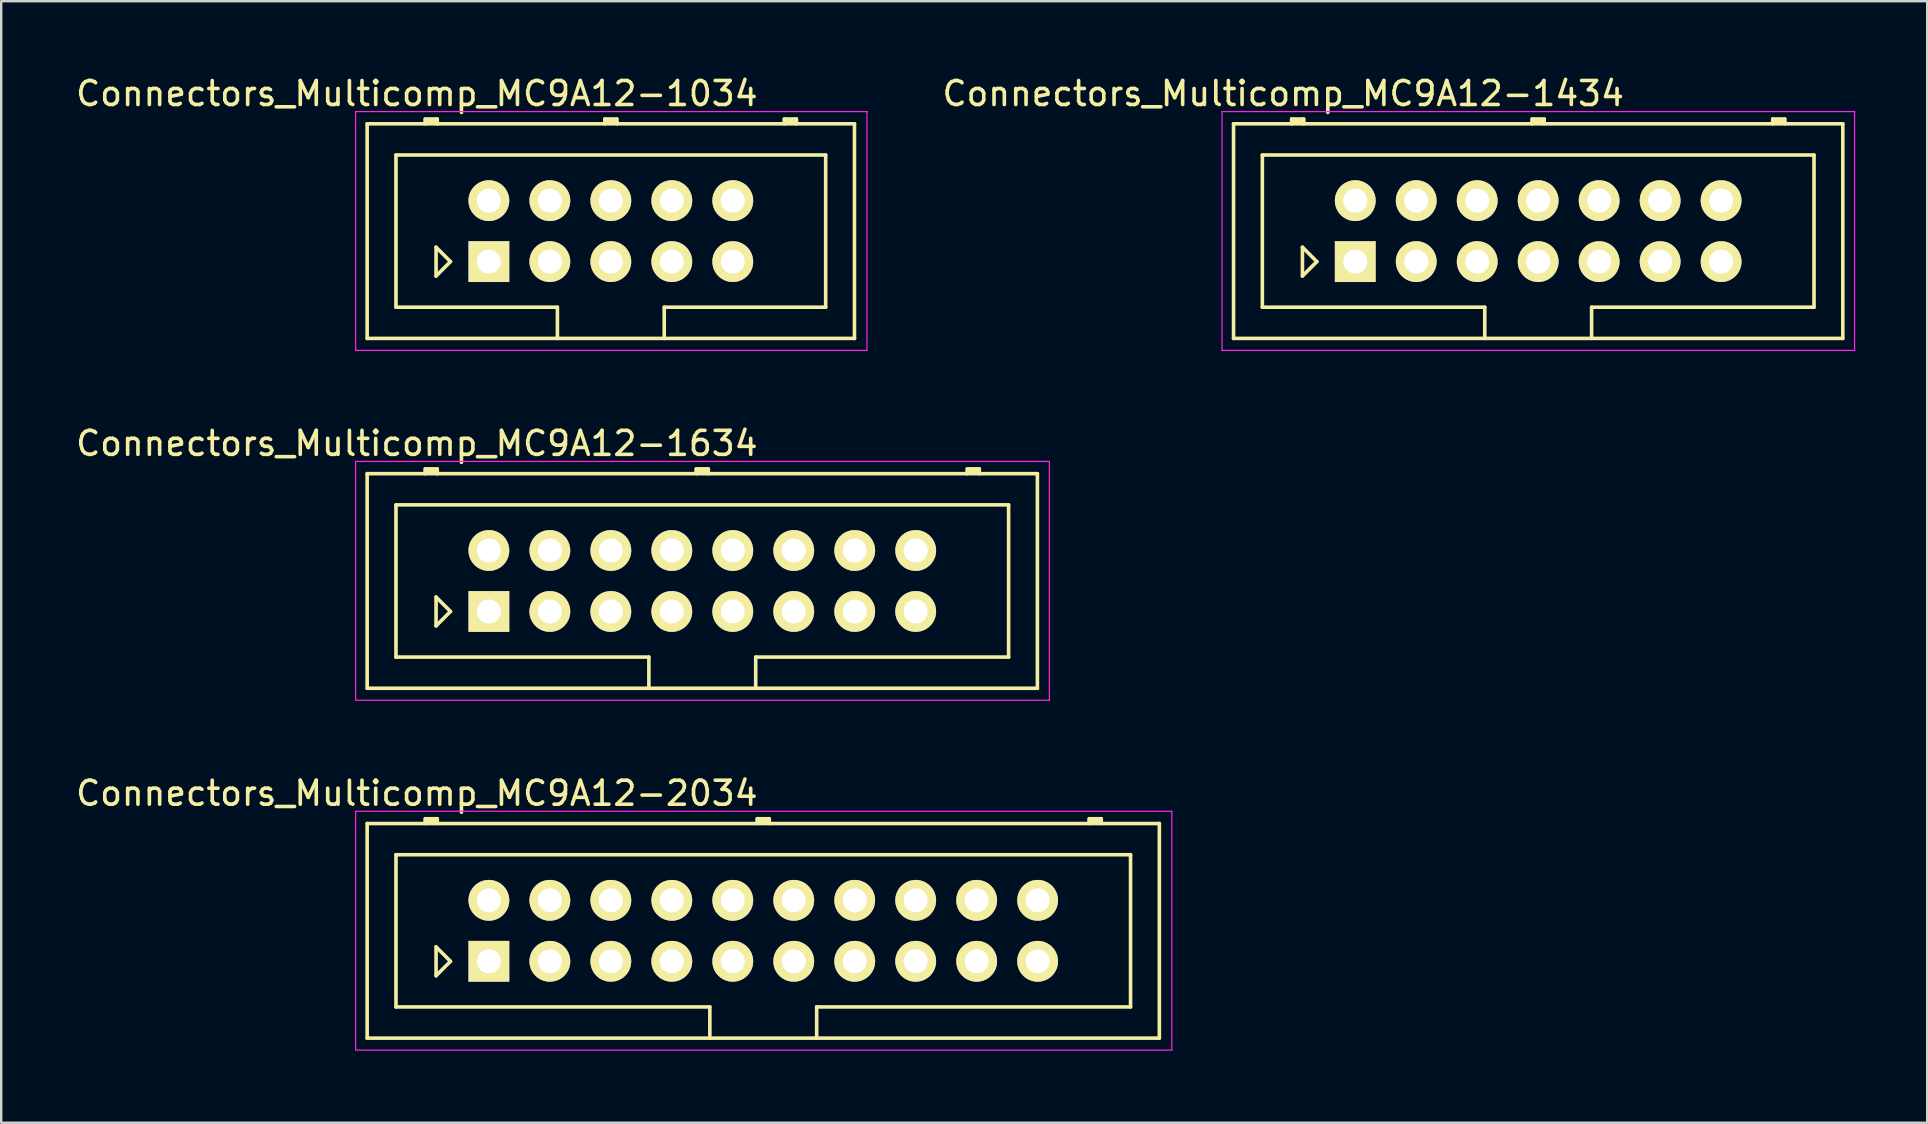
<source format=kicad_pcb>
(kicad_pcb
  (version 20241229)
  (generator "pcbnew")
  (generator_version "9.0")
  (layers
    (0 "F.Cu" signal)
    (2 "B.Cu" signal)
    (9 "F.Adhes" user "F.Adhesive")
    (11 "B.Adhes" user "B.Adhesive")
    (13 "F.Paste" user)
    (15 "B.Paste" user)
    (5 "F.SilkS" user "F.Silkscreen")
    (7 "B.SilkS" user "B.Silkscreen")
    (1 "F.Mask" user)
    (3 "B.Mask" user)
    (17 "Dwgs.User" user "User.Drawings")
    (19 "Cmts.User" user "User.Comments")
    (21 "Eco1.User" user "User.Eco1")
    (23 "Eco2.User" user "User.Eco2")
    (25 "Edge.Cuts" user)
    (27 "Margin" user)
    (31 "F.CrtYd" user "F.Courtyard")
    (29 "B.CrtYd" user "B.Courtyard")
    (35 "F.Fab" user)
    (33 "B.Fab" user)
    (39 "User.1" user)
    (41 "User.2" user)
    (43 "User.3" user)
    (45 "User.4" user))
  (footprint "Connectors_Multicomp_MC9A12-1434"
    (layer "F.Cu")
    (at 53.406 7.848)
    (property "Reference" "Connectors_Multicomp_MC9A12-1434" (at -3 -7 0) (layer "F.SilkS") (effects (font (size 1 1) (thickness 0.15))))
    (attr through_hole)
    (fp_line (start -5.07 -5.74) (end 20.31 -5.74) (stroke (width 0.15) (type solid)) (layer "F.SilkS"))
    (fp_line (start -5.07 3.2) (end -5.07 -5.74) (stroke (width 0.15) (type solid)) (layer "F.SilkS"))
    (fp_line (start -3.87 -4.44) (end 19.11 -4.44) (stroke (width 0.15) (type solid)) (layer "F.SilkS"))
    (fp_line (start -3.87 1.9) (end -3.87 -4.44) (stroke (width 0.15) (type solid)) (layer "F.SilkS"))
    (fp_line (start -2.65 -5.94) (end -2.15 -5.94) (stroke (width 0.15) (type solid)) (layer "F.SilkS"))
    (fp_line (start -2.65 -5.84) (end -2.15 -5.84) (stroke (width 0.15) (type solid)) (layer "F.SilkS"))
    (fp_line (start -2.65 -5.74) (end -2.65 -5.94) (stroke (width 0.15) (type solid)) (layer "F.SilkS"))
    (fp_line (start -2.2 -0.6) (end -1.6 0) (stroke (width 0.15) (type solid)) (layer "F.SilkS"))
    (fp_line (start -2.2 0.6) (end -2.2 -0.6) (stroke (width 0.15) (type solid)) (layer "F.SilkS"))
    (fp_line (start -2.15 -5.94) (end -2.15 -5.74) (stroke (width 0.15) (type solid)) (layer "F.SilkS"))
    (fp_line (start -1.6 0) (end -2.2 0.6) (stroke (width 0.15) (type solid)) (layer "F.SilkS"))
    (fp_line (start 5.395 1.9) (end -3.87 1.9) (stroke (width 0.15) (type solid)) (layer "F.SilkS"))
    (fp_line (start 5.395 3.2) (end 5.395 1.9) (stroke (width 0.15) (type solid)) (layer "F.SilkS"))
    (fp_line (start 7.37 -5.94) (end 7.87 -5.94) (stroke (width 0.15) (type solid)) (layer "F.SilkS"))
    (fp_line (start 7.37 -5.84) (end 7.87 -5.84) (stroke (width 0.15) (type solid)) (layer "F.SilkS"))
    (fp_line (start 7.37 -5.74) (end 7.37 -5.94) (stroke (width 0.15) (type solid)) (layer "F.SilkS"))
    (fp_line (start 7.87 -5.94) (end 7.87 -5.74) (stroke (width 0.15) (type solid)) (layer "F.SilkS"))
    (fp_line (start 9.845 1.9) (end 9.845 3.2) (stroke (width 0.15) (type solid)) (layer "F.SilkS"))
    (fp_line (start 17.39 -5.94) (end 17.89 -5.94) (stroke (width 0.15) (type solid)) (layer "F.SilkS"))
    (fp_line (start 17.39 -5.84) (end 17.89 -5.84) (stroke (width 0.15) (type solid)) (layer "F.SilkS"))
    (fp_line (start 17.39 -5.74) (end 17.39 -5.94) (stroke (width 0.15) (type solid)) (layer "F.SilkS"))
    (fp_line (start 17.89 -5.94) (end 17.89 -5.74) (stroke (width 0.15) (type solid)) (layer "F.SilkS"))
    (fp_line (start 19.11 -4.44) (end 19.11 1.9) (stroke (width 0.15) (type solid)) (layer "F.SilkS"))
    (fp_line (start 19.11 1.9) (end 9.845 1.9) (stroke (width 0.15) (type solid)) (layer "F.SilkS"))
    (fp_line (start 20.31 -5.74) (end 20.31 3.2) (stroke (width 0.15) (type solid)) (layer "F.SilkS"))
    (fp_line (start 20.31 3.2) (end -5.07 3.2) (stroke (width 0.15) (type solid)) (layer "F.SilkS"))
    (fp_line (start -5.55 -6.25) (end 20.8 -6.25) (stroke (width 0.05) (type solid)) (layer "F.CrtYd"))
    (fp_line (start -5.55 3.7) (end -5.55 -6.25) (stroke (width 0.05) (type solid)) (layer "F.CrtYd"))
    (fp_line (start 20.8 -6.25) (end 20.8 3.7) (stroke (width 0.05) (type solid)) (layer "F.CrtYd"))
    (fp_line (start 20.8 3.7) (end -5.55 3.7) (stroke (width 0.05) (type solid)) (layer "F.CrtYd"))
    (pad "1" thru_hole rect (at 0 0) (size 1.7 1.7) (drill 1) (layers "*.Cu" "*.Mask" "F.SilkS"))
    (pad "2" thru_hole circle (at 0 -2.54) (size 1.7 1.7) (drill 1) (layers "*.Cu" "*.Mask" "F.SilkS"))
    (pad "3" thru_hole circle (at 2.54 0) (size 1.7 1.7) (drill 1) (layers "*.Cu" "*.Mask" "F.SilkS"))
    (pad "4" thru_hole circle (at 2.54 -2.54) (size 1.7 1.7) (drill 1) (layers "*.Cu" "*.Mask" "F.SilkS"))
    (pad "5" thru_hole circle (at 5.08 0) (size 1.7 1.7) (drill 1) (layers "*.Cu" "*.Mask" "F.SilkS"))
    (pad "6" thru_hole circle (at 5.08 -2.54) (size 1.7 1.7) (drill 1) (layers "*.Cu" "*.Mask" "F.SilkS"))
    (pad "7" thru_hole circle (at 7.62 0) (size 1.7 1.7) (drill 1) (layers "*.Cu" "*.Mask" "F.SilkS"))
    (pad "8" thru_hole circle (at 7.62 -2.54) (size 1.7 1.7) (drill 1) (layers "*.Cu" "*.Mask" "F.SilkS"))
    (pad "9" thru_hole circle (at 10.16 0) (size 1.7 1.7) (drill 1) (layers "*.Cu" "*.Mask" "F.SilkS"))
    (pad "10" thru_hole circle (at 10.16 -2.54) (size 1.7 1.7) (drill 1) (layers "*.Cu" "*.Mask" "F.SilkS"))
    (pad "11" thru_hole circle (at 12.7 0) (size 1.7 1.7) (drill 1) (layers "*.Cu" "*.Mask" "F.SilkS"))
    (pad "12" thru_hole circle (at 12.7 -2.54) (size 1.7 1.7) (drill 1) (layers "*.Cu" "*.Mask" "F.SilkS"))
    (pad "13" thru_hole circle (at 15.24 0) (size 1.7 1.7) (drill 1) (layers "*.Cu" "*.Mask" "F.SilkS"))
    (pad "14" thru_hole circle (at 15.24 -2.54) (size 1.7 1.7) (drill 1) (layers "*.Cu" "*.Mask" "F.SilkS")))
  (footprint "Connectors_Multicomp_MC9A12-2034"
    (layer "F.Cu")
    (at 17.315 36.995)
    (property "Reference" "Connectors_Multicomp_MC9A12-2034" (at -3 -7 0) (layer "F.SilkS") (effects (font (size 1 1) (thickness 0.15))))
    (attr through_hole)
    (fp_line (start -5.07 -5.74) (end 27.93 -5.74) (stroke (width 0.15) (type solid)) (layer "F.SilkS"))
    (fp_line (start -5.07 3.2) (end -5.07 -5.74) (stroke (width 0.15) (type solid)) (layer "F.SilkS"))
    (fp_line (start -3.87 -4.44) (end 26.73 -4.44) (stroke (width 0.15) (type solid)) (layer "F.SilkS"))
    (fp_line (start -3.87 1.9) (end -3.87 -4.44) (stroke (width 0.15) (type solid)) (layer "F.SilkS"))
    (fp_line (start -2.65 -5.94) (end -2.15 -5.94) (stroke (width 0.15) (type solid)) (layer "F.SilkS"))
    (fp_line (start -2.65 -5.84) (end -2.15 -5.84) (stroke (width 0.15) (type solid)) (layer "F.SilkS"))
    (fp_line (start -2.65 -5.74) (end -2.65 -5.94) (stroke (width 0.15) (type solid)) (layer "F.SilkS"))
    (fp_line (start -2.2 -0.6) (end -1.6 0) (stroke (width 0.15) (type solid)) (layer "F.SilkS"))
    (fp_line (start -2.2 0.6) (end -2.2 -0.6) (stroke (width 0.15) (type solid)) (layer "F.SilkS"))
    (fp_line (start -2.15 -5.94) (end -2.15 -5.74) (stroke (width 0.15) (type solid)) (layer "F.SilkS"))
    (fp_line (start -1.6 0) (end -2.2 0.6) (stroke (width 0.15) (type solid)) (layer "F.SilkS"))
    (fp_line (start 9.205 1.9) (end -3.87 1.9) (stroke (width 0.15) (type solid)) (layer "F.SilkS"))
    (fp_line (start 9.205 3.2) (end 9.205 1.9) (stroke (width 0.15) (type solid)) (layer "F.SilkS"))
    (fp_line (start 11.18 -5.94) (end 11.68 -5.94) (stroke (width 0.15) (type solid)) (layer "F.SilkS"))
    (fp_line (start 11.18 -5.84) (end 11.68 -5.84) (stroke (width 0.15) (type solid)) (layer "F.SilkS"))
    (fp_line (start 11.18 -5.74) (end 11.18 -5.94) (stroke (width 0.15) (type solid)) (layer "F.SilkS"))
    (fp_line (start 11.68 -5.94) (end 11.68 -5.74) (stroke (width 0.15) (type solid)) (layer "F.SilkS"))
    (fp_line (start 13.655 1.9) (end 13.655 3.2) (stroke (width 0.15) (type solid)) (layer "F.SilkS"))
    (fp_line (start 25.01 -5.94) (end 25.51 -5.94) (stroke (width 0.15) (type solid)) (layer "F.SilkS"))
    (fp_line (start 25.01 -5.84) (end 25.51 -5.84) (stroke (width 0.15) (type solid)) (layer "F.SilkS"))
    (fp_line (start 25.01 -5.74) (end 25.01 -5.94) (stroke (width 0.15) (type solid)) (layer "F.SilkS"))
    (fp_line (start 25.51 -5.94) (end 25.51 -5.74) (stroke (width 0.15) (type solid)) (layer "F.SilkS"))
    (fp_line (start 26.73 -4.44) (end 26.73 1.9) (stroke (width 0.15) (type solid)) (layer "F.SilkS"))
    (fp_line (start 26.73 1.9) (end 13.655 1.9) (stroke (width 0.15) (type solid)) (layer "F.SilkS"))
    (fp_line (start 27.93 -5.74) (end 27.93 3.2) (stroke (width 0.15) (type solid)) (layer "F.SilkS"))
    (fp_line (start 27.93 3.2) (end -5.07 3.2) (stroke (width 0.15) (type solid)) (layer "F.SilkS"))
    (fp_line (start -5.55 -6.25) (end 28.45 -6.25) (stroke (width 0.05) (type solid)) (layer "F.CrtYd"))
    (fp_line (start -5.55 3.7) (end -5.55 -6.25) (stroke (width 0.05) (type solid)) (layer "F.CrtYd"))
    (fp_line (start 28.45 -6.25) (end 28.45 3.7) (stroke (width 0.05) (type solid)) (layer "F.CrtYd"))
    (fp_line (start 28.45 3.7) (end -5.55 3.7) (stroke (width 0.05) (type solid)) (layer "F.CrtYd"))
    (pad "1" thru_hole rect (at 0 0) (size 1.7 1.7) (drill 1) (layers "*.Cu" "*.Mask" "F.SilkS"))
    (pad "2" thru_hole circle (at 0 -2.54) (size 1.7 1.7) (drill 1) (layers "*.Cu" "*.Mask" "F.SilkS"))
    (pad "3" thru_hole circle (at 2.54 0) (size 1.7 1.7) (drill 1) (layers "*.Cu" "*.Mask" "F.SilkS"))
    (pad "4" thru_hole circle (at 2.54 -2.54) (size 1.7 1.7) (drill 1) (layers "*.Cu" "*.Mask" "F.SilkS"))
    (pad "5" thru_hole circle (at 5.08 0) (size 1.7 1.7) (drill 1) (layers "*.Cu" "*.Mask" "F.SilkS"))
    (pad "6" thru_hole circle (at 5.08 -2.54) (size 1.7 1.7) (drill 1) (layers "*.Cu" "*.Mask" "F.SilkS"))
    (pad "7" thru_hole circle (at 7.62 0) (size 1.7 1.7) (drill 1) (layers "*.Cu" "*.Mask" "F.SilkS"))
    (pad "8" thru_hole circle (at 7.62 -2.54) (size 1.7 1.7) (drill 1) (layers "*.Cu" "*.Mask" "F.SilkS"))
    (pad "9" thru_hole circle (at 10.16 0) (size 1.7 1.7) (drill 1) (layers "*.Cu" "*.Mask" "F.SilkS"))
    (pad "10" thru_hole circle (at 10.16 -2.54) (size 1.7 1.7) (drill 1) (layers "*.Cu" "*.Mask" "F.SilkS"))
    (pad "11" thru_hole circle (at 12.7 0) (size 1.7 1.7) (drill 1) (layers "*.Cu" "*.Mask" "F.SilkS"))
    (pad "12" thru_hole circle (at 12.7 -2.54) (size 1.7 1.7) (drill 1) (layers "*.Cu" "*.Mask" "F.SilkS"))
    (pad "13" thru_hole circle (at 15.24 0) (size 1.7 1.7) (drill 1) (layers "*.Cu" "*.Mask" "F.SilkS"))
    (pad "14" thru_hole circle (at 15.24 -2.54) (size 1.7 1.7) (drill 1) (layers "*.Cu" "*.Mask" "F.SilkS"))
    (pad "15" thru_hole circle (at 17.78 0) (size 1.7 1.7) (drill 1) (layers "*.Cu" "*.Mask" "F.SilkS"))
    (pad "16" thru_hole circle (at 17.78 -2.54) (size 1.7 1.7) (drill 1) (layers "*.Cu" "*.Mask" "F.SilkS"))
    (pad "17" thru_hole circle (at 20.32 0) (size 1.7 1.7) (drill 1) (layers "*.Cu" "*.Mask" "F.SilkS"))
    (pad "18" thru_hole circle (at 20.32 -2.54) (size 1.7 1.7) (drill 1) (layers "*.Cu" "*.Mask" "F.SilkS"))
    (pad "19" thru_hole circle (at 22.86 0) (size 1.7 1.7) (drill 1) (layers "*.Cu" "*.Mask" "F.SilkS"))
    (pad "20" thru_hole circle (at 22.86 -2.54) (size 1.7 1.7) (drill 1) (layers "*.Cu" "*.Mask" "F.SilkS")))
  (footprint "Connectors_Multicomp_MC9A12-1634"
    (layer "F.Cu")
    (at 17.315 22.422)
    (property "Reference" "Connectors_Multicomp_MC9A12-1634" (at -3 -7 0) (layer "F.SilkS") (effects (font (size 1 1) (thickness 0.15))))
    (attr through_hole)
    (fp_line (start -5.07 -5.74) (end 22.85 -5.74) (stroke (width 0.15) (type solid)) (layer "F.SilkS"))
    (fp_line (start -5.07 3.2) (end -5.07 -5.74) (stroke (width 0.15) (type solid)) (layer "F.SilkS"))
    (fp_line (start -3.87 -4.44) (end 21.65 -4.44) (stroke (width 0.15) (type solid)) (layer "F.SilkS"))
    (fp_line (start -3.87 1.9) (end -3.87 -4.44) (stroke (width 0.15) (type solid)) (layer "F.SilkS"))
    (fp_line (start -2.65 -5.94) (end -2.15 -5.94) (stroke (width 0.15) (type solid)) (layer "F.SilkS"))
    (fp_line (start -2.65 -5.84) (end -2.15 -5.84) (stroke (width 0.15) (type solid)) (layer "F.SilkS"))
    (fp_line (start -2.65 -5.74) (end -2.65 -5.94) (stroke (width 0.15) (type solid)) (layer "F.SilkS"))
    (fp_line (start -2.2 -0.6) (end -1.6 0) (stroke (width 0.15) (type solid)) (layer "F.SilkS"))
    (fp_line (start -2.2 0.6) (end -2.2 -0.6) (stroke (width 0.15) (type solid)) (layer "F.SilkS"))
    (fp_line (start -2.15 -5.94) (end -2.15 -5.74) (stroke (width 0.15) (type solid)) (layer "F.SilkS"))
    (fp_line (start -1.6 0) (end -2.2 0.6) (stroke (width 0.15) (type solid)) (layer "F.SilkS"))
    (fp_line (start 6.665 1.9) (end -3.87 1.9) (stroke (width 0.15) (type solid)) (layer "F.SilkS"))
    (fp_line (start 6.665 3.2) (end 6.665 1.9) (stroke (width 0.15) (type solid)) (layer "F.SilkS"))
    (fp_line (start 8.64 -5.94) (end 9.14 -5.94) (stroke (width 0.15) (type solid)) (layer "F.SilkS"))
    (fp_line (start 8.64 -5.84) (end 9.14 -5.84) (stroke (width 0.15) (type solid)) (layer "F.SilkS"))
    (fp_line (start 8.64 -5.74) (end 8.64 -5.94) (stroke (width 0.15) (type solid)) (layer "F.SilkS"))
    (fp_line (start 9.14 -5.94) (end 9.14 -5.74) (stroke (width 0.15) (type solid)) (layer "F.SilkS"))
    (fp_line (start 11.115 1.9) (end 11.115 3.2) (stroke (width 0.15) (type solid)) (layer "F.SilkS"))
    (fp_line (start 19.93 -5.94) (end 20.43 -5.94) (stroke (width 0.15) (type solid)) (layer "F.SilkS"))
    (fp_line (start 19.93 -5.84) (end 20.43 -5.84) (stroke (width 0.15) (type solid)) (layer "F.SilkS"))
    (fp_line (start 19.93 -5.74) (end 19.93 -5.94) (stroke (width 0.15) (type solid)) (layer "F.SilkS"))
    (fp_line (start 20.43 -5.94) (end 20.43 -5.74) (stroke (width 0.15) (type solid)) (layer "F.SilkS"))
    (fp_line (start 21.65 -4.44) (end 21.65 1.9) (stroke (width 0.15) (type solid)) (layer "F.SilkS"))
    (fp_line (start 21.65 1.9) (end 11.115 1.9) (stroke (width 0.15) (type solid)) (layer "F.SilkS"))
    (fp_line (start 22.85 -5.74) (end 22.85 3.2) (stroke (width 0.15) (type solid)) (layer "F.SilkS"))
    (fp_line (start 22.85 3.2) (end -5.07 3.2) (stroke (width 0.15) (type solid)) (layer "F.SilkS"))
    (fp_line (start -5.55 -6.25) (end 23.35 -6.25) (stroke (width 0.05) (type solid)) (layer "F.CrtYd"))
    (fp_line (start -5.55 3.7) (end -5.55 -6.25) (stroke (width 0.05) (type solid)) (layer "F.CrtYd"))
    (fp_line (start 23.35 -6.25) (end 23.35 3.7) (stroke (width 0.05) (type solid)) (layer "F.CrtYd"))
    (fp_line (start 23.35 3.7) (end -5.55 3.7) (stroke (width 0.05) (type solid)) (layer "F.CrtYd"))
    (pad "1" thru_hole rect (at 0 0) (size 1.7 1.7) (drill 1) (layers "*.Cu" "*.Mask" "F.SilkS"))
    (pad "2" thru_hole circle (at 0 -2.54) (size 1.7 1.7) (drill 1) (layers "*.Cu" "*.Mask" "F.SilkS"))
    (pad "3" thru_hole circle (at 2.54 0) (size 1.7 1.7) (drill 1) (layers "*.Cu" "*.Mask" "F.SilkS"))
    (pad "4" thru_hole circle (at 2.54 -2.54) (size 1.7 1.7) (drill 1) (layers "*.Cu" "*.Mask" "F.SilkS"))
    (pad "5" thru_hole circle (at 5.08 0) (size 1.7 1.7) (drill 1) (layers "*.Cu" "*.Mask" "F.SilkS"))
    (pad "6" thru_hole circle (at 5.08 -2.54) (size 1.7 1.7) (drill 1) (layers "*.Cu" "*.Mask" "F.SilkS"))
    (pad "7" thru_hole circle (at 7.62 0) (size 1.7 1.7) (drill 1) (layers "*.Cu" "*.Mask" "F.SilkS"))
    (pad "8" thru_hole circle (at 7.62 -2.54) (size 1.7 1.7) (drill 1) (layers "*.Cu" "*.Mask" "F.SilkS"))
    (pad "9" thru_hole circle (at 10.16 0) (size 1.7 1.7) (drill 1) (layers "*.Cu" "*.Mask" "F.SilkS"))
    (pad "10" thru_hole circle (at 10.16 -2.54) (size 1.7 1.7) (drill 1) (layers "*.Cu" "*.Mask" "F.SilkS"))
    (pad "11" thru_hole circle (at 12.7 0) (size 1.7 1.7) (drill 1) (layers "*.Cu" "*.Mask" "F.SilkS"))
    (pad "12" thru_hole circle (at 12.7 -2.54) (size 1.7 1.7) (drill 1) (layers "*.Cu" "*.Mask" "F.SilkS"))
    (pad "13" thru_hole circle (at 15.24 0) (size 1.7 1.7) (drill 1) (layers "*.Cu" "*.Mask" "F.SilkS"))
    (pad "14" thru_hole circle (at 15.24 -2.54) (size 1.7 1.7) (drill 1) (layers "*.Cu" "*.Mask" "F.SilkS"))
    (pad "15" thru_hole circle (at 17.78 0) (size 1.7 1.7) (drill 1) (layers "*.Cu" "*.Mask" "F.SilkS"))
    (pad "16" thru_hole circle (at 17.78 -2.54) (size 1.7 1.7) (drill 1) (layers "*.Cu" "*.Mask" "F.SilkS")))
  (footprint "Connectors_Multicomp_MC9A12-1034"
    (layer "F.Cu")
    (at 17.315 7.848)
    (property "Reference" "Connectors_Multicomp_MC9A12-1034" (at -3 -7 0) (layer "F.SilkS") (effects (font (size 1 1) (thickness 0.15))))
    (attr through_hole)
    (fp_line (start -5.07 -5.74) (end 15.23 -5.74) (stroke (width 0.15) (type solid)) (layer "F.SilkS"))
    (fp_line (start -5.07 3.2) (end -5.07 -5.74) (stroke (width 0.15) (type solid)) (layer "F.SilkS"))
    (fp_line (start -3.87 -4.44) (end 14.03 -4.44) (stroke (width 0.15) (type solid)) (layer "F.SilkS"))
    (fp_line (start -3.87 1.9) (end -3.87 -4.44) (stroke (width 0.15) (type solid)) (layer "F.SilkS"))
    (fp_line (start -2.65 -5.94) (end -2.15 -5.94) (stroke (width 0.15) (type solid)) (layer "F.SilkS"))
    (fp_line (start -2.65 -5.84) (end -2.15 -5.84) (stroke (width 0.15) (type solid)) (layer "F.SilkS"))
    (fp_line (start -2.65 -5.74) (end -2.65 -5.94) (stroke (width 0.15) (type solid)) (layer "F.SilkS"))
    (fp_line (start -2.2 -0.6) (end -1.6 0) (stroke (width 0.15) (type solid)) (layer "F.SilkS"))
    (fp_line (start -2.2 0.6) (end -2.2 -0.6) (stroke (width 0.15) (type solid)) (layer "F.SilkS"))
    (fp_line (start -2.15 -5.94) (end -2.15 -5.74) (stroke (width 0.15) (type solid)) (layer "F.SilkS"))
    (fp_line (start -1.6 0) (end -2.2 0.6) (stroke (width 0.15) (type solid)) (layer "F.SilkS"))
    (fp_line (start 2.855 1.9) (end -3.87 1.9) (stroke (width 0.15) (type solid)) (layer "F.SilkS"))
    (fp_line (start 2.855 3.2) (end 2.855 1.9) (stroke (width 0.15) (type solid)) (layer "F.SilkS"))
    (fp_line (start 4.83 -5.94) (end 5.33 -5.94) (stroke (width 0.15) (type solid)) (layer "F.SilkS"))
    (fp_line (start 4.83 -5.84) (end 5.33 -5.84) (stroke (width 0.15) (type solid)) (layer "F.SilkS"))
    (fp_line (start 4.83 -5.74) (end 4.83 -5.94) (stroke (width 0.15) (type solid)) (layer "F.SilkS"))
    (fp_line (start 5.33 -5.94) (end 5.33 -5.74) (stroke (width 0.15) (type solid)) (layer "F.SilkS"))
    (fp_line (start 7.305 1.9) (end 7.305 3.2) (stroke (width 0.15) (type solid)) (layer "F.SilkS"))
    (fp_line (start 12.31 -5.94) (end 12.81 -5.94) (stroke (width 0.15) (type solid)) (layer "F.SilkS"))
    (fp_line (start 12.31 -5.84) (end 12.81 -5.84) (stroke (width 0.15) (type solid)) (layer "F.SilkS"))
    (fp_line (start 12.31 -5.74) (end 12.31 -5.94) (stroke (width 0.15) (type solid)) (layer "F.SilkS"))
    (fp_line (start 12.81 -5.94) (end 12.81 -5.74) (stroke (width 0.15) (type solid)) (layer "F.SilkS"))
    (fp_line (start 14.03 -4.44) (end 14.03 1.9) (stroke (width 0.15) (type solid)) (layer "F.SilkS"))
    (fp_line (start 14.03 1.9) (end 7.305 1.9) (stroke (width 0.15) (type solid)) (layer "F.SilkS"))
    (fp_line (start 15.23 -5.74) (end 15.23 3.2) (stroke (width 0.15) (type solid)) (layer "F.SilkS"))
    (fp_line (start 15.23 3.2) (end -5.07 3.2) (stroke (width 0.15) (type solid)) (layer "F.SilkS"))
    (fp_line (start -5.55 -6.25) (end 15.75 -6.25) (stroke (width 0.05) (type solid)) (layer "F.CrtYd"))
    (fp_line (start -5.55 3.7) (end -5.55 -6.25) (stroke (width 0.05) (type solid)) (layer "F.CrtYd"))
    (fp_line (start 15.75 -6.25) (end 15.75 3.7) (stroke (width 0.05) (type solid)) (layer "F.CrtYd"))
    (fp_line (start 15.75 3.7) (end -5.55 3.7) (stroke (width 0.05) (type solid)) (layer "F.CrtYd"))
    (pad "1" thru_hole rect (at 0 0) (size 1.7 1.7) (drill 1) (layers "*.Cu" "*.Mask" "F.SilkS"))
    (pad "2" thru_hole circle (at 0 -2.54) (size 1.7 1.7) (drill 1) (layers "*.Cu" "*.Mask" "F.SilkS"))
    (pad "3" thru_hole circle (at 2.54 0) (size 1.7 1.7) (drill 1) (layers "*.Cu" "*.Mask" "F.SilkS"))
    (pad "4" thru_hole circle (at 2.54 -2.54) (size 1.7 1.7) (drill 1) (layers "*.Cu" "*.Mask" "F.SilkS"))
    (pad "5" thru_hole circle (at 5.08 0) (size 1.7 1.7) (drill 1) (layers "*.Cu" "*.Mask" "F.SilkS"))
    (pad "6" thru_hole circle (at 5.08 -2.54) (size 1.7 1.7) (drill 1) (layers "*.Cu" "*.Mask" "F.SilkS"))
    (pad "7" thru_hole circle (at 7.62 0) (size 1.7 1.7) (drill 1) (layers "*.Cu" "*.Mask" "F.SilkS"))
    (pad "8" thru_hole circle (at 7.62 -2.54) (size 1.7 1.7) (drill 1) (layers "*.Cu" "*.Mask" "F.SilkS"))
    (pad "9" thru_hole circle (at 10.16 0) (size 1.7 1.7) (drill 1) (layers "*.Cu" "*.Mask" "F.SilkS"))
    (pad "10" thru_hole circle (at 10.16 -2.54) (size 1.7 1.7) (drill 1) (layers "*.Cu" "*.Mask" "F.SilkS")))
  (gr_rect
    (start -3 -3)
    (end 77.231 43.72)
    (stroke (width 0.1) (type default))
    (fill no)
    (layer "Edge.Cuts")))
</source>
